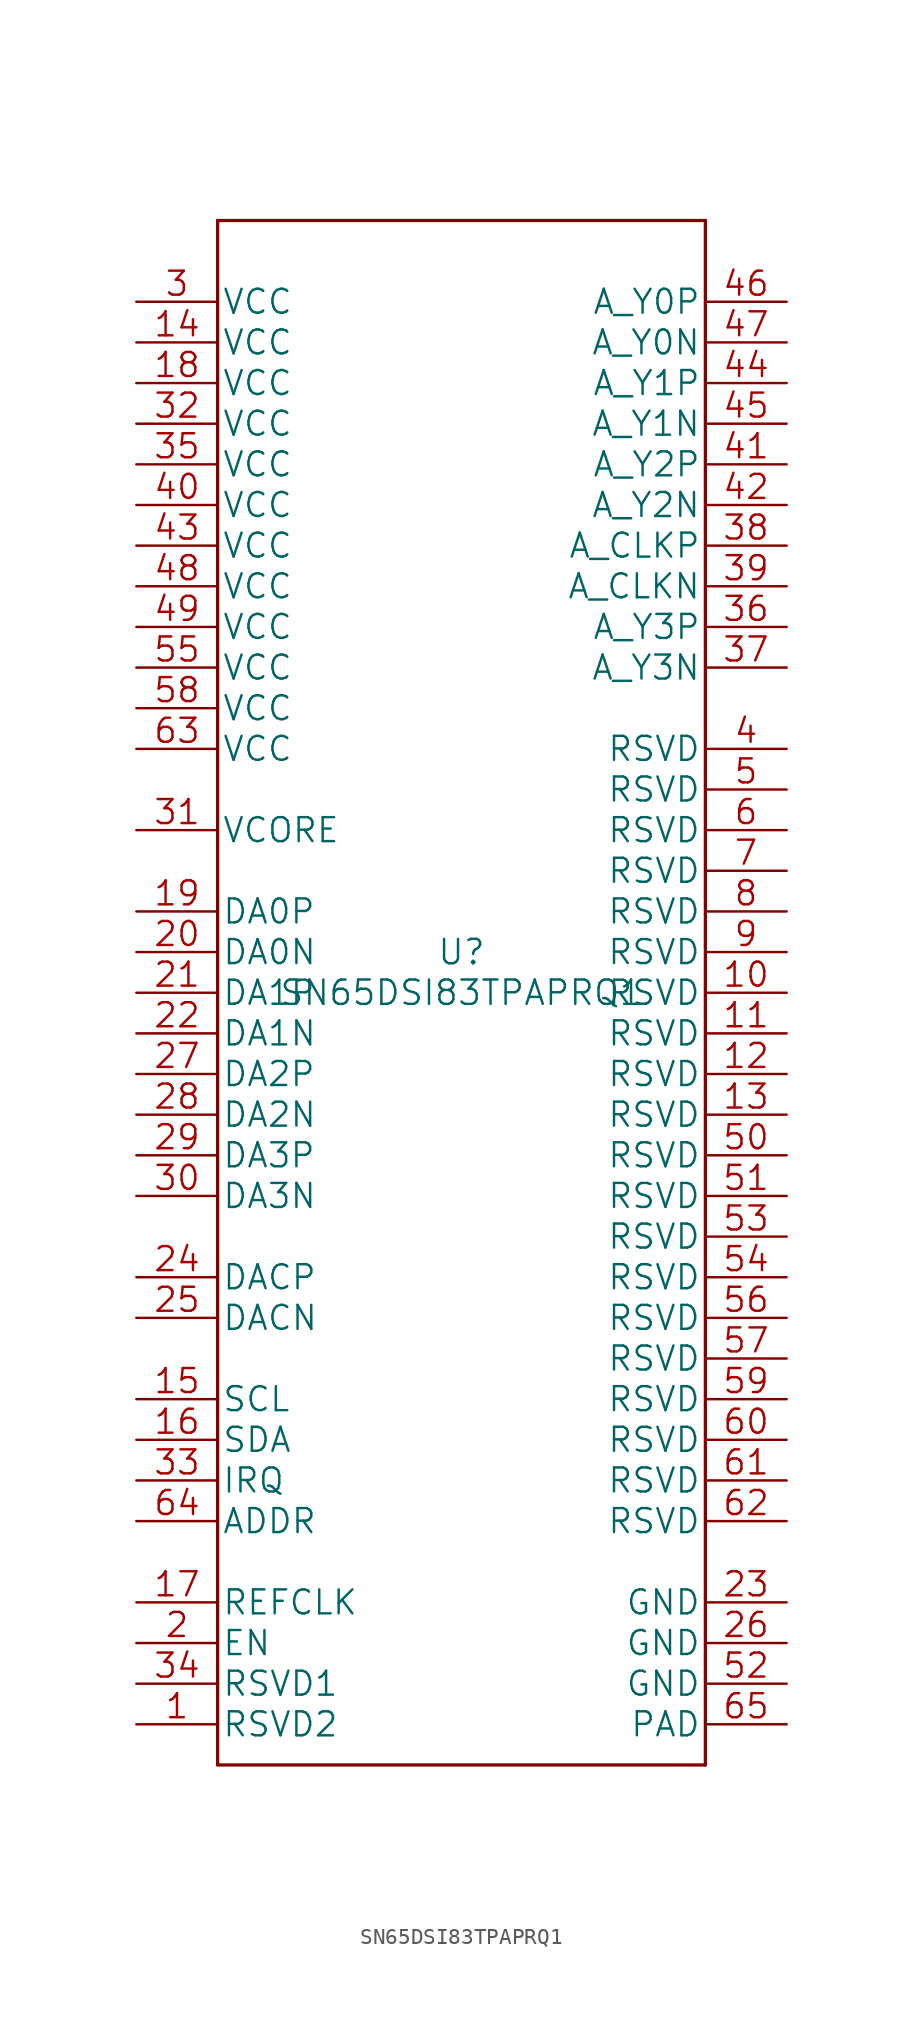
<source format=kicad_sym>
(kicad_symbol_lib
  (version 20201005)
  (generator kicad_symbol_editor)
  (symbol "SN65DSI83TPAPRQ1:SN65DSI83TPAPRQ1"
    (pin_names
      (offset 0.254))
    (property "Reference" "U"
      (at 0 2.54 0)
      (effects (font (size 1.524 1.524))))
    (property "Value" "SN65DSI83TPAPRQ1"
      (at 0 0 0)
      (effects (font (size 1.524 1.524))))
    (property "Datasheet" ""
      (at 0 0 0)
      (effects (font (size 1.524 1.524))))
    (property "ki_locked" ""
      (at 0 0 0)
      (effects (font (size 1.27 1.27))))
    (symbol "SN65DSI83TPAPRQ1_1_1"
      (polyline (pts (xy -15.24 -48.26) (xy 15.24 -48.26)) (stroke (width 0.203)) (fill (type none)))
      (polyline (pts (xy 15.24 -48.26) (xy 15.24 48.26)) (stroke (width 0.203)) (fill (type none)))
      (polyline (pts (xy 15.24 48.26) (xy -15.24 48.26)) (stroke (width 0.203)) (fill (type none)))
      (polyline (pts (xy -15.24 48.26) (xy -15.24 -48.26)) (stroke (width 0.203)) (fill (type none)))
      (pin unspecified line (at -20.32 -45.72 0) (length 5.08) (name "RSVD2" (effects (font (size 1.499 1.499)))) (number "1" (effects (font (size 1.499 1.499)))))
      (pin input line (at -20.32 -40.64 0) (length 5.08) (name "EN" (effects (font (size 1.499 1.499)))) (number "2" (effects (font (size 1.499 1.499)))))
      (pin power_in line (at -20.32 43.18 0) (length 5.08) (name "VCC" (effects (font (size 1.499 1.499)))) (number "3" (effects (font (size 1.499 1.499)))))
      (pin unspecified line (at 20.32 15.24 180) (length 5.08) (name "RSVD" (effects (font (size 1.499 1.499)))) (number "4" (effects (font (size 1.499 1.499)))))
      (pin unspecified line (at 20.32 12.7 180) (length 5.08) (name "RSVD" (effects (font (size 1.499 1.499)))) (number "5" (effects (font (size 1.499 1.499)))))
      (pin unspecified line (at 20.32 10.16 180) (length 5.08) (name "RSVD" (effects (font (size 1.499 1.499)))) (number "6" (effects (font (size 1.499 1.499)))))
      (pin unspecified line (at 20.32 7.62 180) (length 5.08) (name "RSVD" (effects (font (size 1.499 1.499)))) (number "7" (effects (font (size 1.499 1.499)))))
      (pin unspecified line (at 20.32 5.08 180) (length 5.08) (name "RSVD" (effects (font (size 1.499 1.499)))) (number "8" (effects (font (size 1.499 1.499)))))
      (pin unspecified line (at 20.32 2.54 180) (length 5.08) (name "RSVD" (effects (font (size 1.499 1.499)))) (number "9" (effects (font (size 1.499 1.499)))))
      (pin unspecified line (at 20.32 0 180) (length 5.08) (name "RSVD" (effects (font (size 1.499 1.499)))) (number "10" (effects (font (size 1.499 1.499)))))
      (pin unspecified line (at 20.32 -2.54 180) (length 5.08) (name "RSVD" (effects (font (size 1.499 1.499)))) (number "11" (effects (font (size 1.499 1.499)))))
      (pin unspecified line (at 20.32 -5.08 180) (length 5.08) (name "RSVD" (effects (font (size 1.499 1.499)))) (number "12" (effects (font (size 1.499 1.499)))))
      (pin unspecified line (at 20.32 -7.62 180) (length 5.08) (name "RSVD" (effects (font (size 1.499 1.499)))) (number "13" (effects (font (size 1.499 1.499)))))
      (pin power_in line (at -20.32 40.64 0) (length 5.08) (name "VCC" (effects (font (size 1.499 1.499)))) (number "14" (effects (font (size 1.499 1.499)))))
      (pin input line (at -20.32 -25.4 0) (length 5.08) (name "SCL" (effects (font (size 1.499 1.499)))) (number "15" (effects (font (size 1.499 1.499)))))
      (pin bidirectional line (at -20.32 -27.94 0) (length 5.08) (name "SDA" (effects (font (size 1.499 1.499)))) (number "16" (effects (font (size 1.499 1.499)))))
      (pin input line (at -20.32 -38.1 0) (length 5.08) (name "REFCLK" (effects (font (size 1.499 1.499)))) (number "17" (effects (font (size 1.499 1.499)))))
      (pin power_in line (at -20.32 38.1 0) (length 5.08) (name "VCC" (effects (font (size 1.499 1.499)))) (number "18" (effects (font (size 1.499 1.499)))))
      (pin input line (at -20.32 5.08 0) (length 5.08) (name "DA0P" (effects (font (size 1.499 1.499)))) (number "19" (effects (font (size 1.499 1.499)))))
      (pin input line (at -20.32 2.54 0) (length 5.08) (name "DA0N" (effects (font (size 1.499 1.499)))) (number "20" (effects (font (size 1.499 1.499)))))
      (pin input line (at -20.32 0 0) (length 5.08) (name "DA1P" (effects (font (size 1.499 1.499)))) (number "21" (effects (font (size 1.499 1.499)))))
      (pin input line (at -20.32 -2.54 0) (length 5.08) (name "DA1N" (effects (font (size 1.499 1.499)))) (number "22" (effects (font (size 1.499 1.499)))))
      (pin power_in line (at 20.32 -38.1 180) (length 5.08) (name "GND" (effects (font (size 1.499 1.499)))) (number "23" (effects (font (size 1.499 1.499)))))
      (pin input line (at -20.32 -17.78 0) (length 5.08) (name "DACP" (effects (font (size 1.499 1.499)))) (number "24" (effects (font (size 1.499 1.499)))))
      (pin input line (at -20.32 -20.32 0) (length 5.08) (name "DACN" (effects (font (size 1.499 1.499)))) (number "25" (effects (font (size 1.499 1.499)))))
      (pin power_in line (at 20.32 -40.64 180) (length 5.08) (name "GND" (effects (font (size 1.499 1.499)))) (number "26" (effects (font (size 1.499 1.499)))))
      (pin input line (at -20.32 -5.08 0) (length 5.08) (name "DA2P" (effects (font (size 1.499 1.499)))) (number "27" (effects (font (size 1.499 1.499)))))
      (pin input line (at -20.32 -7.62 0) (length 5.08) (name "DA2N" (effects (font (size 1.499 1.499)))) (number "28" (effects (font (size 1.499 1.499)))))
      (pin input line (at -20.32 -10.16 0) (length 5.08) (name "DA3P" (effects (font (size 1.499 1.499)))) (number "29" (effects (font (size 1.499 1.499)))))
      (pin input line (at -20.32 -12.7 0) (length 5.08) (name "DA3N" (effects (font (size 1.499 1.499)))) (number "30" (effects (font (size 1.499 1.499)))))
      (pin power_out line (at -20.32 10.16 0) (length 5.08) (name "VCORE" (effects (font (size 1.499 1.499)))) (number "31" (effects (font (size 1.499 1.499)))))
      (pin power_in line (at -20.32 35.56 0) (length 5.08) (name "VCC" (effects (font (size 1.499 1.499)))) (number "32" (effects (font (size 1.499 1.499)))))
      (pin output line (at -20.32 -30.48 0) (length 5.08) (name "IRQ" (effects (font (size 1.499 1.499)))) (number "33" (effects (font (size 1.499 1.499)))))
      (pin unspecified line (at -20.32 -43.18 0) (length 5.08) (name "RSVD1" (effects (font (size 1.499 1.499)))) (number "34" (effects (font (size 1.499 1.499)))))
      (pin power_in line (at -20.32 33.02 0) (length 5.08) (name "VCC" (effects (font (size 1.499 1.499)))) (number "35" (effects (font (size 1.499 1.499)))))
      (pin output line (at 20.32 22.86 180) (length 5.08) (name "A_Y3P" (effects (font (size 1.499 1.499)))) (number "36" (effects (font (size 1.499 1.499)))))
      (pin output line (at 20.32 20.32 180) (length 5.08) (name "A_Y3N" (effects (font (size 1.499 1.499)))) (number "37" (effects (font (size 1.499 1.499)))))
      (pin output line (at 20.32 27.94 180) (length 5.08) (name "A_CLKP" (effects (font (size 1.499 1.499)))) (number "38" (effects (font (size 1.499 1.499)))))
      (pin output line (at 20.32 25.4 180) (length 5.08) (name "A_CLKN" (effects (font (size 1.499 1.499)))) (number "39" (effects (font (size 1.499 1.499)))))
      (pin power_in line (at -20.32 30.48 0) (length 5.08) (name "VCC" (effects (font (size 1.499 1.499)))) (number "40" (effects (font (size 1.499 1.499)))))
      (pin output line (at 20.32 33.02 180) (length 5.08) (name "A_Y2P" (effects (font (size 1.499 1.499)))) (number "41" (effects (font (size 1.499 1.499)))))
      (pin output line (at 20.32 30.48 180) (length 5.08) (name "A_Y2N" (effects (font (size 1.499 1.499)))) (number "42" (effects (font (size 1.499 1.499)))))
      (pin power_in line (at -20.32 27.94 0) (length 5.08) (name "VCC" (effects (font (size 1.499 1.499)))) (number "43" (effects (font (size 1.499 1.499)))))
      (pin output line (at 20.32 38.1 180) (length 5.08) (name "A_Y1P" (effects (font (size 1.499 1.499)))) (number "44" (effects (font (size 1.499 1.499)))))
      (pin output line (at 20.32 35.56 180) (length 5.08) (name "A_Y1N" (effects (font (size 1.499 1.499)))) (number "45" (effects (font (size 1.499 1.499)))))
      (pin output line (at 20.32 43.18 180) (length 5.08) (name "A_Y0P" (effects (font (size 1.499 1.499)))) (number "46" (effects (font (size 1.499 1.499)))))
      (pin output line (at 20.32 40.64 180) (length 5.08) (name "A_Y0N" (effects (font (size 1.499 1.499)))) (number "47" (effects (font (size 1.499 1.499)))))
      (pin power_in line (at -20.32 25.4 0) (length 5.08) (name "VCC" (effects (font (size 1.499 1.499)))) (number "48" (effects (font (size 1.499 1.499)))))
      (pin power_in line (at -20.32 22.86 0) (length 5.08) (name "VCC" (effects (font (size 1.499 1.499)))) (number "49" (effects (font (size 1.499 1.499)))))
      (pin unspecified line (at 20.32 -10.16 180) (length 5.08) (name "RSVD" (effects (font (size 1.499 1.499)))) (number "50" (effects (font (size 1.499 1.499)))))
      (pin unspecified line (at 20.32 -12.7 180) (length 5.08) (name "RSVD" (effects (font (size 1.499 1.499)))) (number "51" (effects (font (size 1.499 1.499)))))
      (pin power_in line (at 20.32 -43.18 180) (length 5.08) (name "GND" (effects (font (size 1.499 1.499)))) (number "52" (effects (font (size 1.499 1.499)))))
      (pin unspecified line (at 20.32 -15.24 180) (length 5.08) (name "RSVD" (effects (font (size 1.499 1.499)))) (number "53" (effects (font (size 1.499 1.499)))))
      (pin unspecified line (at 20.32 -17.78 180) (length 5.08) (name "RSVD" (effects (font (size 1.499 1.499)))) (number "54" (effects (font (size 1.499 1.499)))))
      (pin power_in line (at -20.32 20.32 0) (length 5.08) (name "VCC" (effects (font (size 1.499 1.499)))) (number "55" (effects (font (size 1.499 1.499)))))
      (pin unspecified line (at 20.32 -20.32 180) (length 5.08) (name "RSVD" (effects (font (size 1.499 1.499)))) (number "56" (effects (font (size 1.499 1.499)))))
      (pin unspecified line (at 20.32 -22.86 180) (length 5.08) (name "RSVD" (effects (font (size 1.499 1.499)))) (number "57" (effects (font (size 1.499 1.499)))))
      (pin power_in line (at -20.32 17.78 0) (length 5.08) (name "VCC" (effects (font (size 1.499 1.499)))) (number "58" (effects (font (size 1.499 1.499)))))
      (pin unspecified line (at 20.32 -25.4 180) (length 5.08) (name "RSVD" (effects (font (size 1.499 1.499)))) (number "59" (effects (font (size 1.499 1.499)))))
      (pin unspecified line (at 20.32 -27.94 180) (length 5.08) (name "RSVD" (effects (font (size 1.499 1.499)))) (number "60" (effects (font (size 1.499 1.499)))))
      (pin unspecified line (at 20.32 -30.48 180) (length 5.08) (name "RSVD" (effects (font (size 1.499 1.499)))) (number "61" (effects (font (size 1.499 1.499)))))
      (pin unspecified line (at 20.32 -33.02 180) (length 5.08) (name "RSVD" (effects (font (size 1.499 1.499)))) (number "62" (effects (font (size 1.499 1.499)))))
      (pin power_in line (at -20.32 15.24 0) (length 5.08) (name "VCC" (effects (font (size 1.499 1.499)))) (number "63" (effects (font (size 1.499 1.499)))))
      (pin input line (at -20.32 -33.02 0) (length 5.08) (name "ADDR" (effects (font (size 1.499 1.499)))) (number "64" (effects (font (size 1.499 1.499)))))
      (pin power_in line (at 20.32 -45.72 180) (length 5.08) (name "PAD" (effects (font (size 1.499 1.499)))) (number "65" (effects (font (size 1.499 1.499))))))))
</source>
